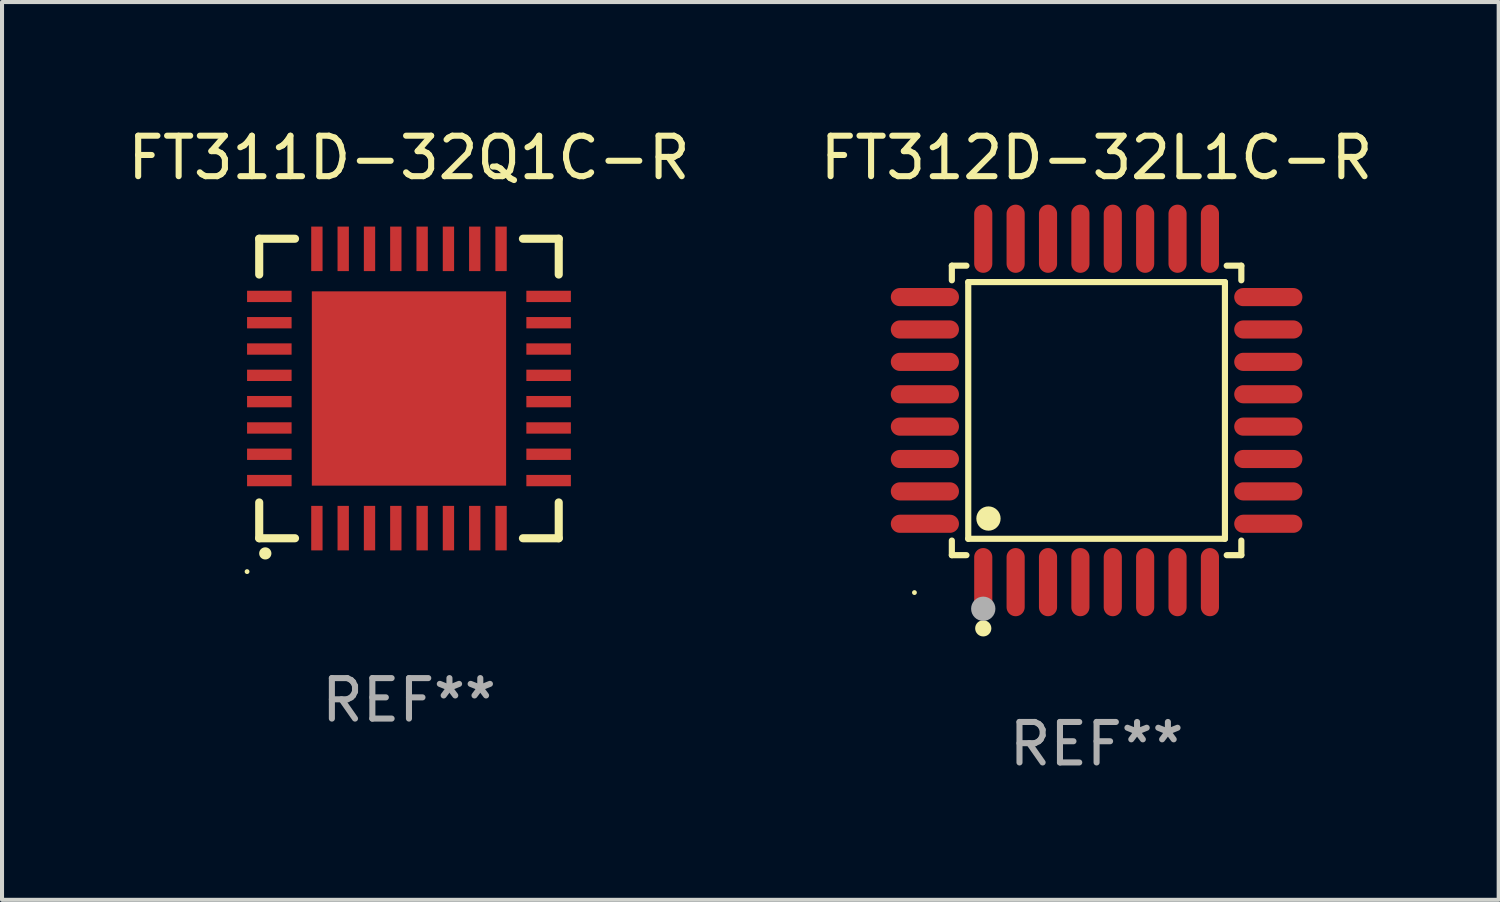
<source format=kicad_pcb>
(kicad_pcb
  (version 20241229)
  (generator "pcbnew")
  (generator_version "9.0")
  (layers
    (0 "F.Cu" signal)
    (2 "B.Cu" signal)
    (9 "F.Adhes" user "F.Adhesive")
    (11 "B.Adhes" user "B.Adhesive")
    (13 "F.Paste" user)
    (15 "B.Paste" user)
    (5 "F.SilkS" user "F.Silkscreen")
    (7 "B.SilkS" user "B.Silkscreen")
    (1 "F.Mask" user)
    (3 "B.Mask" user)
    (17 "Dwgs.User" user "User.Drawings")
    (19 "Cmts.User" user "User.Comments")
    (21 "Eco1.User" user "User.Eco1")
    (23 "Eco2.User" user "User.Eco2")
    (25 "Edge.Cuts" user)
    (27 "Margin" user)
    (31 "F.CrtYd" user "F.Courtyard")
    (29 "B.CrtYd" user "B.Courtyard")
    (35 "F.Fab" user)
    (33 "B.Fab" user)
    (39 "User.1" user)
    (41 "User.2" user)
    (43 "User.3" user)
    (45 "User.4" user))
  (footprint "FT311D-32Q1C-R"
    (layer "F.Cu")
    (at 7.054 6.548)
    (property "Reference" "FT311D-32Q1C-R" (at 0 -5.7 0) (layer "F.SilkS") (effects (font (size 1 1) (thickness 0.15))))
    (attr through_hole)
    (fp_line (start -3.7 -3.7) (end -2.815 -3.7) (stroke (width 0.2) (type solid)) (layer "F.SilkS"))
    (fp_line (start -3.7 -2.815) (end -3.7 -3.7) (stroke (width 0.2) (type solid)) (layer "F.SilkS"))
    (fp_line (start -3.7 3.7) (end -3.7 2.815) (stroke (width 0.2) (type solid)) (layer "F.SilkS"))
    (fp_line (start -2.815 3.7) (end -3.7 3.7) (stroke (width 0.2) (type solid)) (layer "F.SilkS"))
    (fp_line (start 2.815 3.7) (end 3.7 3.7) (stroke (width 0.2) (type solid)) (layer "F.SilkS"))
    (fp_line (start 3.7 -3.7) (end 2.815 -3.7) (stroke (width 0.2) (type solid)) (layer "F.SilkS"))
    (fp_line (start 3.7 -2.815) (end 3.7 -3.7) (stroke (width 0.2) (type solid)) (layer "F.SilkS"))
    (fp_line (start 3.7 3.7) (end 3.7 2.815) (stroke (width 0.2) (type solid)) (layer "F.SilkS"))
    (fp_arc (start -3.551308 4.074168) (mid -3.550038 4.074163) (end -3.548768 4.074168) (stroke (width 0.3) (type solid)) (layer "F.SilkS"))
    (fp_circle (center -4 4.524) (end -3.97 4.524) (stroke (width 0.06) (type solid)) (fill no) (layer "F.SilkS"))
    (fp_text user "REF**" (at 0 7.7 0) (layer "F.Fab") (effects (font (size 1 1) (thickness 0.15))))
    (pad "1" smd rect (at -2.275 3.45 180) (size 0.28 1.1) (layers "F.Cu" "F.Mask" "F.Paste"))
    (pad "2" smd rect (at -1.625 3.45 180) (size 0.28 1.1) (layers "F.Cu" "F.Mask" "F.Paste"))
    (pad "3" smd rect (at -0.975 3.45 180) (size 0.28 1.1) (layers "F.Cu" "F.Mask" "F.Paste"))
    (pad "4" smd rect (at -0.325 3.45 180) (size 0.28 1.1) (layers "F.Cu" "F.Mask" "F.Paste"))
    (pad "5" smd rect (at 0.325 3.45 180) (size 0.28 1.1) (layers "F.Cu" "F.Mask" "F.Paste"))
    (pad "6" smd rect (at 0.975 3.45 180) (size 0.28 1.1) (layers "F.Cu" "F.Mask" "F.Paste"))
    (pad "7" smd rect (at 1.625 3.45 180) (size 0.28 1.1) (layers "F.Cu" "F.Mask" "F.Paste"))
    (pad "8" smd rect (at 2.275 3.45 180) (size 0.28 1.1) (layers "F.Cu" "F.Mask" "F.Paste"))
    (pad "9" smd rect (at 3.45 2.275 90) (size 0.28 1.1) (layers "F.Cu" "F.Mask" "F.Paste"))
    (pad "10" smd rect (at 3.45 1.625 90) (size 0.28 1.1) (layers "F.Cu" "F.Mask" "F.Paste"))
    (pad "11" smd rect (at 3.45 0.975 90) (size 0.28 1.1) (layers "F.Cu" "F.Mask" "F.Paste"))
    (pad "12" smd rect (at 3.45 0.325 90) (size 0.28 1.1) (layers "F.Cu" "F.Mask" "F.Paste"))
    (pad "13" smd rect (at 3.45 -0.325 90) (size 0.28 1.1) (layers "F.Cu" "F.Mask" "F.Paste"))
    (pad "14" smd rect (at 3.45 -0.975 90) (size 0.28 1.1) (layers "F.Cu" "F.Mask" "F.Paste"))
    (pad "15" smd rect (at 3.45 -1.625 90) (size 0.28 1.1) (layers "F.Cu" "F.Mask" "F.Paste"))
    (pad "16" smd rect (at 3.45 -2.275 90) (size 0.28 1.1) (layers "F.Cu" "F.Mask" "F.Paste"))
    (pad "17" smd rect (at 2.275 -3.45 180) (size 0.28 1.1) (layers "F.Cu" "F.Mask" "F.Paste"))
    (pad "18" smd rect (at 1.625 -3.45 180) (size 0.28 1.1) (layers "F.Cu" "F.Mask" "F.Paste"))
    (pad "19" smd rect (at 0.975 -3.45 180) (size 0.28 1.1) (layers "F.Cu" "F.Mask" "F.Paste"))
    (pad "20" smd rect (at 0.325 -3.45 180) (size 0.28 1.1) (layers "F.Cu" "F.Mask" "F.Paste"))
    (pad "21" smd rect (at -0.325 -3.45 180) (size 0.28 1.1) (layers "F.Cu" "F.Mask" "F.Paste"))
    (pad "22" smd rect (at -0.975 -3.45 180) (size 0.28 1.1) (layers "F.Cu" "F.Mask" "F.Paste"))
    (pad "23" smd rect (at -1.625 -3.45 180) (size 0.28 1.1) (layers "F.Cu" "F.Mask" "F.Paste"))
    (pad "24" smd rect (at -2.275 -3.45 180) (size 0.28 1.1) (layers "F.Cu" "F.Mask" "F.Paste"))
    (pad "25" smd rect (at -3.45 -2.275 90) (size 0.28 1.1) (layers "F.Cu" "F.Mask" "F.Paste"))
    (pad "26" smd rect (at -3.45 -1.625 90) (size 0.28 1.1) (layers "F.Cu" "F.Mask" "F.Paste"))
    (pad "27" smd rect (at -3.45 -0.975 90) (size 0.28 1.1) (layers "F.Cu" "F.Mask" "F.Paste"))
    (pad "28" smd rect (at -3.45 -0.325 90) (size 0.28 1.1) (layers "F.Cu" "F.Mask" "F.Paste"))
    (pad "29" smd rect (at -3.45 0.325 90) (size 0.28 1.1) (layers "F.Cu" "F.Mask" "F.Paste"))
    (pad "30" smd rect (at -3.45 0.975 90) (size 0.28 1.1) (layers "F.Cu" "F.Mask" "F.Paste"))
    (pad "31" smd rect (at -3.45 1.625 90) (size 0.28 1.1) (layers "F.Cu" "F.Mask" "F.Paste"))
    (pad "32" smd rect (at -3.45 2.275 90) (size 0.28 1.1) (layers "F.Cu" "F.Mask" "F.Paste"))
    (pad "33" smd rect (at 0 0 90) (size 4.8 4.8) (layers "F.Cu" "F.Mask" "F.Paste")))
  (footprint "FT312D-32L1C-R"
    (layer "F.Cu")
    (at 24.042 7.09)
    (property "Reference" "FT312D-32L1C-R" (at 0 -6.242 0) (layer "F.SilkS") (effects (font (size 1 1) (thickness 0.15))))
    (attr through_hole)
    (fp_line (start -3.576 -3.576) (end -3.215 -3.576) (stroke (width 0.152) (type solid)) (layer "F.SilkS"))
    (fp_line (start -3.576 -3.215) (end -3.576 -3.576) (stroke (width 0.152) (type solid)) (layer "F.SilkS"))
    (fp_line (start -3.576 3.215) (end -3.576 3.576) (stroke (width 0.152) (type solid)) (layer "F.SilkS"))
    (fp_line (start -3.576 3.576) (end -3.215 3.576) (stroke (width 0.152) (type solid)) (layer "F.SilkS"))
    (fp_line (start -3.171 -3.171) (end 3.171 -3.171) (stroke (width 0.152) (type solid)) (layer "F.SilkS"))
    (fp_line (start -3.171 3.171) (end -3.171 -3.171) (stroke (width 0.152) (type solid)) (layer "F.SilkS"))
    (fp_line (start 3.171 -3.171) (end 3.171 3.171) (stroke (width 0.152) (type solid)) (layer "F.SilkS"))
    (fp_line (start 3.171 3.171) (end -3.171 3.171) (stroke (width 0.152) (type solid)) (layer "F.SilkS"))
    (fp_line (start 3.576 -3.576) (end 3.215 -3.576) (stroke (width 0.152) (type solid)) (layer "F.SilkS"))
    (fp_line (start 3.576 -3.215) (end 3.576 -3.576) (stroke (width 0.152) (type solid)) (layer "F.SilkS"))
    (fp_line (start 3.576 3.215) (end 3.576 3.576) (stroke (width 0.152) (type solid)) (layer "F.SilkS"))
    (fp_line (start 3.576 3.576) (end 3.215 3.576) (stroke (width 0.152) (type solid)) (layer "F.SilkS"))
    (fp_circle (center -4.5 4.5) (end -4.47 4.5) (stroke (width 0.06) (type solid)) (fill no) (layer "F.SilkS"))
    (fp_circle (center -2.8 5.384) (end -2.7 5.384) (stroke (width 0.2) (type solid)) (fill no) (layer "F.SilkS"))
    (fp_circle (center -2.671 2.671) (end -2.521 2.671) (stroke (width 0.3) (type solid)) (fill no) (layer "F.SilkS"))
    (fp_circle (center -2.8 4.9) (end -2.65 4.9) (stroke (width 0.3) (type solid)) (fill no) (layer "F.Fab"))
    (fp_text user "REF**" (at 0 8.242 0) (layer "F.Fab") (effects (font (size 1 1) (thickness 0.15))))
    (pad "1" smd oval (at -2.8 4.242) (size 0.448 1.684) (layers "F.Cu" "F.Mask" "F.Paste"))
    (pad "2" smd oval (at -2 4.242) (size 0.448 1.684) (layers "F.Cu" "F.Mask" "F.Paste"))
    (pad "3" smd oval (at -1.2 4.242) (size 0.448 1.684) (layers "F.Cu" "F.Mask" "F.Paste"))
    (pad "4" smd oval (at -0.4 4.242) (size 0.448 1.684) (layers "F.Cu" "F.Mask" "F.Paste"))
    (pad "5" smd oval (at 0.4 4.242) (size 0.448 1.684) (layers "F.Cu" "F.Mask" "F.Paste"))
    (pad "6" smd oval (at 1.2 4.242) (size 0.448 1.684) (layers "F.Cu" "F.Mask" "F.Paste"))
    (pad "7" smd oval (at 2 4.242) (size 0.448 1.684) (layers "F.Cu" "F.Mask" "F.Paste"))
    (pad "8" smd oval (at 2.8 4.242) (size 0.448 1.684) (layers "F.Cu" "F.Mask" "F.Paste"))
    (pad "9" smd oval (at 4.242 2.8) (size 1.684 0.448) (layers "F.Cu" "F.Mask" "F.Paste"))
    (pad "10" smd oval (at 4.242 2) (size 1.684 0.448) (layers "F.Cu" "F.Mask" "F.Paste"))
    (pad "11" smd oval (at 4.242 1.2) (size 1.684 0.448) (layers "F.Cu" "F.Mask" "F.Paste"))
    (pad "12" smd oval (at 4.242 0.4) (size 1.684 0.448) (layers "F.Cu" "F.Mask" "F.Paste"))
    (pad "13" smd oval (at 4.242 -0.4) (size 1.684 0.448) (layers "F.Cu" "F.Mask" "F.Paste"))
    (pad "14" smd oval (at 4.242 -1.2) (size 1.684 0.448) (layers "F.Cu" "F.Mask" "F.Paste"))
    (pad "15" smd oval (at 4.242 -2) (size 1.684 0.448) (layers "F.Cu" "F.Mask" "F.Paste"))
    (pad "16" smd oval (at 4.242 -2.8) (size 1.684 0.448) (layers "F.Cu" "F.Mask" "F.Paste"))
    (pad "17" smd oval (at 2.8 -4.242) (size 0.448 1.684) (layers "F.Cu" "F.Mask" "F.Paste"))
    (pad "18" smd oval (at 2 -4.242) (size 0.448 1.684) (layers "F.Cu" "F.Mask" "F.Paste"))
    (pad "19" smd oval (at 1.2 -4.242) (size 0.448 1.684) (layers "F.Cu" "F.Mask" "F.Paste"))
    (pad "20" smd oval (at 0.4 -4.242) (size 0.448 1.684) (layers "F.Cu" "F.Mask" "F.Paste"))
    (pad "21" smd oval (at -0.4 -4.242) (size 0.448 1.684) (layers "F.Cu" "F.Mask" "F.Paste"))
    (pad "22" smd oval (at -1.2 -4.242) (size 0.448 1.684) (layers "F.Cu" "F.Mask" "F.Paste"))
    (pad "23" smd oval (at -2 -4.242) (size 0.448 1.684) (layers "F.Cu" "F.Mask" "F.Paste"))
    (pad "24" smd oval (at -2.8 -4.242) (size 0.448 1.684) (layers "F.Cu" "F.Mask" "F.Paste"))
    (pad "25" smd oval (at -4.242 -2.8) (size 1.684 0.448) (layers "F.Cu" "F.Mask" "F.Paste"))
    (pad "26" smd oval (at -4.242 -2) (size 1.684 0.448) (layers "F.Cu" "F.Mask" "F.Paste"))
    (pad "27" smd oval (at -4.242 -1.2) (size 1.684 0.448) (layers "F.Cu" "F.Mask" "F.Paste"))
    (pad "28" smd oval (at -4.242 -0.4) (size 1.684 0.448) (layers "F.Cu" "F.Mask" "F.Paste"))
    (pad "29" smd oval (at -4.242 0.4) (size 1.684 0.448) (layers "F.Cu" "F.Mask" "F.Paste"))
    (pad "30" smd oval (at -4.242 1.2) (size 1.684 0.448) (layers "F.Cu" "F.Mask" "F.Paste"))
    (pad "31" smd oval (at -4.242 2) (size 1.684 0.448) (layers "F.Cu" "F.Mask" "F.Paste"))
    (pad "32" smd oval (at -4.242 2.8) (size 1.684 0.448) (layers "F.Cu" "F.Mask" "F.Paste")))
  (gr_rect
    (start -3 -3)
    (end 33.976 19.181)
    (stroke (width 0.1) (type default))
    (fill no)
    (layer "Edge.Cuts")))
</source>
